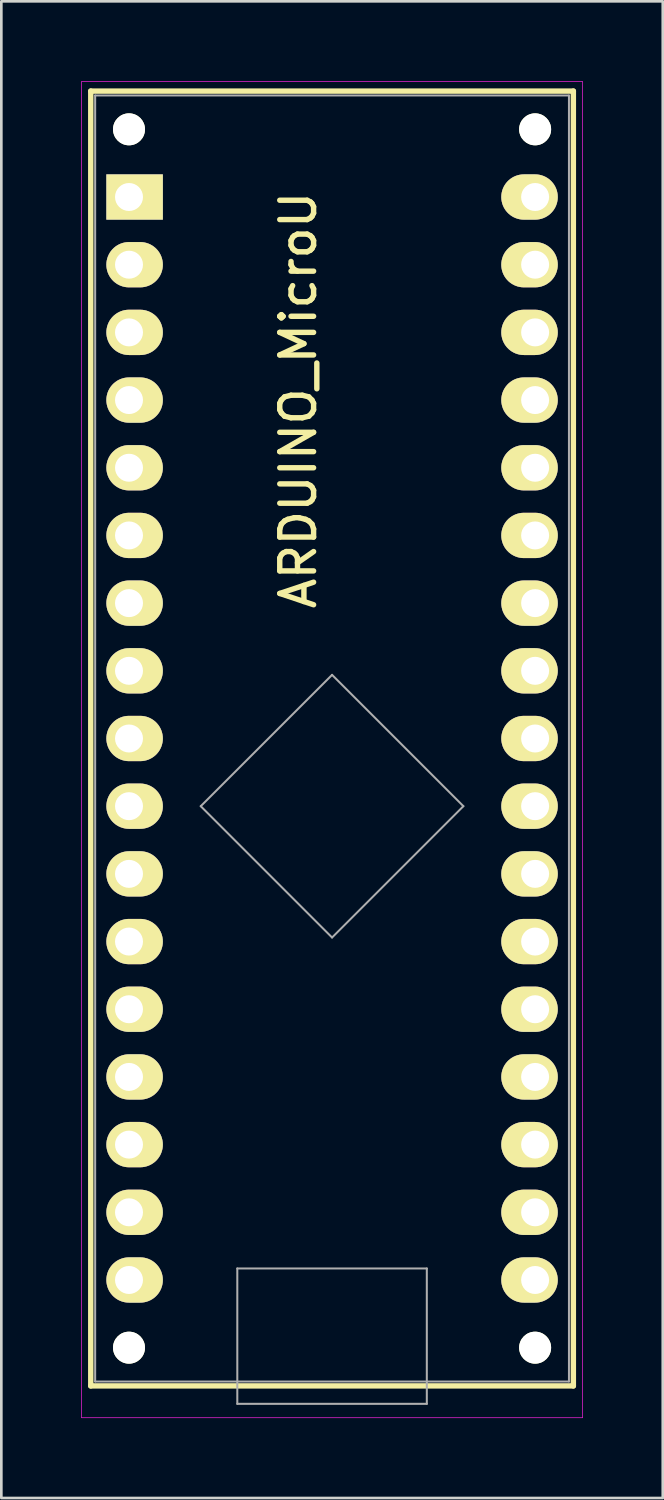
<source format=kicad_pcb>
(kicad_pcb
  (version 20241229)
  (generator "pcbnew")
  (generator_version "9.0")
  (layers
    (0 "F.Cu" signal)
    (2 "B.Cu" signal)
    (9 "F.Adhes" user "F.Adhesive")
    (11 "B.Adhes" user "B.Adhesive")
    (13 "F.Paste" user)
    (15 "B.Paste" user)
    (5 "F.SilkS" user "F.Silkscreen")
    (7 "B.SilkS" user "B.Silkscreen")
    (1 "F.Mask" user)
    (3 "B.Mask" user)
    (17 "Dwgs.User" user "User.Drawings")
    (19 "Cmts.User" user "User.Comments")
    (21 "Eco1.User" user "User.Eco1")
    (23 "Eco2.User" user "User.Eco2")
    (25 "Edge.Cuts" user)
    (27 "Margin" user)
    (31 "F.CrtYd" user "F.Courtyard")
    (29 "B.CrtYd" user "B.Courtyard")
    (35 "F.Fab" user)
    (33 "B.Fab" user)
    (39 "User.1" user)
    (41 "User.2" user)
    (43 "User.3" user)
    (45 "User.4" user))
  (footprint "ARDUINO_MicroU"
    (layer "F.Cu")
    (at 9.411 24.663)
    (property "Reference" "ARDUINO_MicroU" (at -1.27 -12.7 90) (layer "F.SilkS") (effects (font (size 1.27 1.27) (thickness 0.203))))
    (attr through_hole)
    (fp_line (start -9.055 -24.295) (end 9.055 -24.295) (stroke (width 0.203) (type solid)) (layer "F.SilkS"))
    (fp_line (start -9.055 24.295) (end -9.055 -24.295) (stroke (width 0.203) (type solid)) (layer "F.SilkS"))
    (fp_line (start 9.055 -24.295) (end 9.055 24.295) (stroke (width 0.203) (type solid)) (layer "F.SilkS"))
    (fp_line (start 9.055 24.295) (end -9.055 24.295) (stroke (width 0.203) (type solid)) (layer "F.SilkS"))
    (fp_line (start -9.398 -24.651) (end 9.398 -24.651) (stroke (width 0.025) (type solid)) (layer "F.CrtYd"))
    (fp_line (start -9.398 25.489) (end -9.398 -24.651) (stroke (width 0.025) (type solid)) (layer "F.CrtYd"))
    (fp_line (start 9.398 -24.651) (end 9.398 25.489) (stroke (width 0.025) (type solid)) (layer "F.CrtYd"))
    (fp_line (start 9.398 25.489) (end -9.398 25.489) (stroke (width 0.025) (type solid)) (layer "F.CrtYd"))
    (fp_line (start -8.89 -24.13) (end 8.89 -24.13) (stroke (width 0.076) (type solid)) (layer "F.Fab"))
    (fp_line (start -8.89 24.13) (end -8.89 -24.13) (stroke (width 0.076) (type solid)) (layer "F.Fab"))
    (fp_line (start -4.928 2.54) (end 0 7.468) (stroke (width 0.076) (type solid)) (layer "F.Fab"))
    (fp_line (start -3.556 19.888) (end 3.556 19.888) (stroke (width 0.076) (type solid)) (layer "F.Fab"))
    (fp_line (start -3.556 24.968) (end -3.556 19.888) (stroke (width 0.076) (type solid)) (layer "F.Fab"))
    (fp_line (start 0 -2.388) (end -4.928 2.54) (stroke (width 0.076) (type solid)) (layer "F.Fab"))
    (fp_line (start 0 7.468) (end 4.928 2.54) (stroke (width 0.076) (type solid)) (layer "F.Fab"))
    (fp_line (start 3.556 19.888) (end 3.556 24.968) (stroke (width 0.076) (type solid)) (layer "F.Fab"))
    (fp_line (start 3.556 24.968) (end -3.556 24.968) (stroke (width 0.076) (type solid)) (layer "F.Fab"))
    (fp_line (start 4.928 2.54) (end 0 -2.388) (stroke (width 0.076) (type solid)) (layer "F.Fab"))
    (fp_line (start 8.89 -24.13) (end 8.89 24.13) (stroke (width 0.076) (type solid)) (layer "F.Fab"))
    (fp_line (start 8.89 24.13) (end -8.89 24.13) (stroke (width 0.076) (type solid)) (layer "F.Fab"))
    (pad "" np_thru_hole circle (at -7.62 -22.86 180) (size 1.2 1.2) (drill 1.2) (layers "*.Cu" "*.Mask" "F.SilkS"))
    (pad "" np_thru_hole circle (at -7.62 22.86 180) (size 1.2 1.2) (drill 1.2) (layers "*.Cu" "*.Mask" "F.SilkS"))
    (pad "" np_thru_hole circle (at 7.62 -22.86 180) (size 1.2 1.2) (drill 1.2) (layers "*.Cu" "*.Mask" "F.SilkS"))
    (pad "" np_thru_hole circle (at 7.62 22.86 180) (size 1.2 1.2) (drill 1.2) (layers "*.Cu" "*.Mask" "F.SilkS"))
    (pad "1" thru_hole rect (at -7.62 -20.32) (size 2.12 1.7) (drill 1.05 (offset 0.21 0)) (layers "*.Cu" "*.Mask" "F.SilkS"))
    (pad "2" thru_hole oval (at -7.62 -17.78) (size 2.12 1.7) (drill 1.05 (offset 0.21 0)) (layers "*.Cu" "*.Mask" "F.SilkS"))
    (pad "3" thru_hole oval (at -7.62 -15.24) (size 2.12 1.7) (drill 1.05 (offset 0.21 0)) (layers "*.Cu" "*.Mask" "F.SilkS"))
    (pad "4" thru_hole oval (at -7.62 -12.7) (size 2.12 1.7) (drill 1.05 (offset 0.21 0)) (layers "*.Cu" "*.Mask" "F.SilkS"))
    (pad "5" thru_hole oval (at -7.62 -10.16) (size 2.12 1.7) (drill 1.05 (offset 0.21 0)) (layers "*.Cu" "*.Mask" "F.SilkS"))
    (pad "6" thru_hole oval (at -7.62 -7.62) (size 2.12 1.7) (drill 1.05 (offset 0.21 0)) (layers "*.Cu" "*.Mask" "F.SilkS"))
    (pad "7" thru_hole oval (at -7.62 -5.08) (size 2.12 1.7) (drill 1.05 (offset 0.21 0)) (layers "*.Cu" "*.Mask" "F.SilkS"))
    (pad "8" thru_hole oval (at -7.62 -2.54) (size 2.12 1.7) (drill 1.05 (offset 0.21 0)) (layers "*.Cu" "*.Mask" "F.SilkS"))
    (pad "9" thru_hole oval (at -7.62 0) (size 2.12 1.7) (drill 1.05 (offset 0.21 0)) (layers "*.Cu" "*.Mask" "F.SilkS"))
    (pad "10" thru_hole oval (at -7.62 2.54) (size 2.12 1.7) (drill 1.05 (offset 0.21 0)) (layers "*.Cu" "*.Mask" "F.SilkS"))
    (pad "11" thru_hole oval (at -7.62 5.08) (size 2.12 1.7) (drill 1.05 (offset 0.21 0)) (layers "*.Cu" "*.Mask" "F.SilkS"))
    (pad "12" thru_hole oval (at -7.62 7.62) (size 2.12 1.7) (drill 1.05 (offset 0.21 0)) (layers "*.Cu" "*.Mask" "F.SilkS"))
    (pad "13" thru_hole oval (at -7.62 10.16) (size 2.12 1.7) (drill 1.05 (offset 0.21 0)) (layers "*.Cu" "*.Mask" "F.SilkS"))
    (pad "14" thru_hole oval (at -7.62 12.7) (size 2.12 1.7) (drill 1.05 (offset 0.21 0)) (layers "*.Cu" "*.Mask" "F.SilkS"))
    (pad "15" thru_hole oval (at -7.62 15.24) (size 2.12 1.7) (drill 1.05 (offset 0.21 0)) (layers "*.Cu" "*.Mask" "F.SilkS"))
    (pad "16" thru_hole oval (at -7.62 17.78) (size 2.12 1.7) (drill 1.05 (offset 0.21 0)) (layers "*.Cu" "*.Mask" "F.SilkS"))
    (pad "17" thru_hole oval (at -7.62 20.32) (size 2.12 1.7) (drill 1.05 (offset 0.21 0)) (layers "*.Cu" "*.Mask" "F.SilkS"))
    (pad "18" thru_hole oval (at 7.62 20.32) (size 2.12 1.7) (drill 1.05 (offset -0.21 0)) (layers "*.Cu" "*.Mask" "F.SilkS"))
    (pad "19" thru_hole oval (at 7.62 17.78) (size 2.12 1.7) (drill 1.05 (offset -0.21 0)) (layers "*.Cu" "*.Mask" "F.SilkS"))
    (pad "20" thru_hole oval (at 7.62 15.24) (size 2.12 1.7) (drill 1.05 (offset -0.21 0)) (layers "*.Cu" "*.Mask" "F.SilkS"))
    (pad "21" thru_hole oval (at 7.62 12.7) (size 2.12 1.7) (drill 1.05 (offset -0.21 0)) (layers "*.Cu" "*.Mask" "F.SilkS"))
    (pad "22" thru_hole oval (at 7.62 10.16) (size 2.12 1.7) (drill 1.05 (offset -0.21 0)) (layers "*.Cu" "*.Mask" "F.SilkS"))
    (pad "23" thru_hole oval (at 7.62 7.62) (size 2.12 1.7) (drill 1.05 (offset -0.21 0)) (layers "*.Cu" "*.Mask" "F.SilkS"))
    (pad "24" thru_hole oval (at 7.62 5.08) (size 2.12 1.7) (drill 1.05 (offset -0.21 0)) (layers "*.Cu" "*.Mask" "F.SilkS"))
    (pad "25" thru_hole oval (at 7.62 2.54) (size 2.12 1.7) (drill 1.05 (offset -0.21 0)) (layers "*.Cu" "*.Mask" "F.SilkS"))
    (pad "26" thru_hole oval (at 7.62 0) (size 2.12 1.7) (drill 1.05 (offset -0.21 0)) (layers "*.Cu" "*.Mask" "F.SilkS"))
    (pad "27" thru_hole oval (at 7.62 -2.54) (size 2.12 1.7) (drill 1.05 (offset -0.21 0)) (layers "*.Cu" "*.Mask" "F.SilkS"))
    (pad "28" thru_hole oval (at 7.62 -5.08) (size 2.12 1.7) (drill 1.05 (offset -0.21 0)) (layers "*.Cu" "*.Mask" "F.SilkS"))
    (pad "29" thru_hole oval (at 7.62 -7.62) (size 2.12 1.7) (drill 1.05 (offset -0.21 0)) (layers "*.Cu" "*.Mask" "F.SilkS"))
    (pad "30" thru_hole oval (at 7.62 -10.16) (size 2.12 1.7) (drill 1.05 (offset -0.21 0)) (layers "*.Cu" "*.Mask" "F.SilkS"))
    (pad "31" thru_hole oval (at 7.62 -12.7) (size 2.12 1.7) (drill 1.05 (offset -0.21 0)) (layers "*.Cu" "*.Mask" "F.SilkS"))
    (pad "32" thru_hole oval (at 7.62 -15.24) (size 2.12 1.7) (drill 1.05 (offset -0.21 0)) (layers "*.Cu" "*.Mask" "F.SilkS"))
    (pad "33" thru_hole oval (at 7.62 -17.78) (size 2.12 1.7) (drill 1.05 (offset -0.21 0)) (layers "*.Cu" "*.Mask" "F.SilkS"))
    (pad "34" thru_hole oval (at 7.62 -20.32) (size 2.12 1.7) (drill 1.05 (offset -0.21 0)) (layers "*.Cu" "*.Mask" "F.SilkS")))
  (gr_rect
    (start -3 -3)
    (end 21.821 53.165)
    (stroke (width 0.1) (type default))
    (fill no)
    (layer "Edge.Cuts")))
</source>
